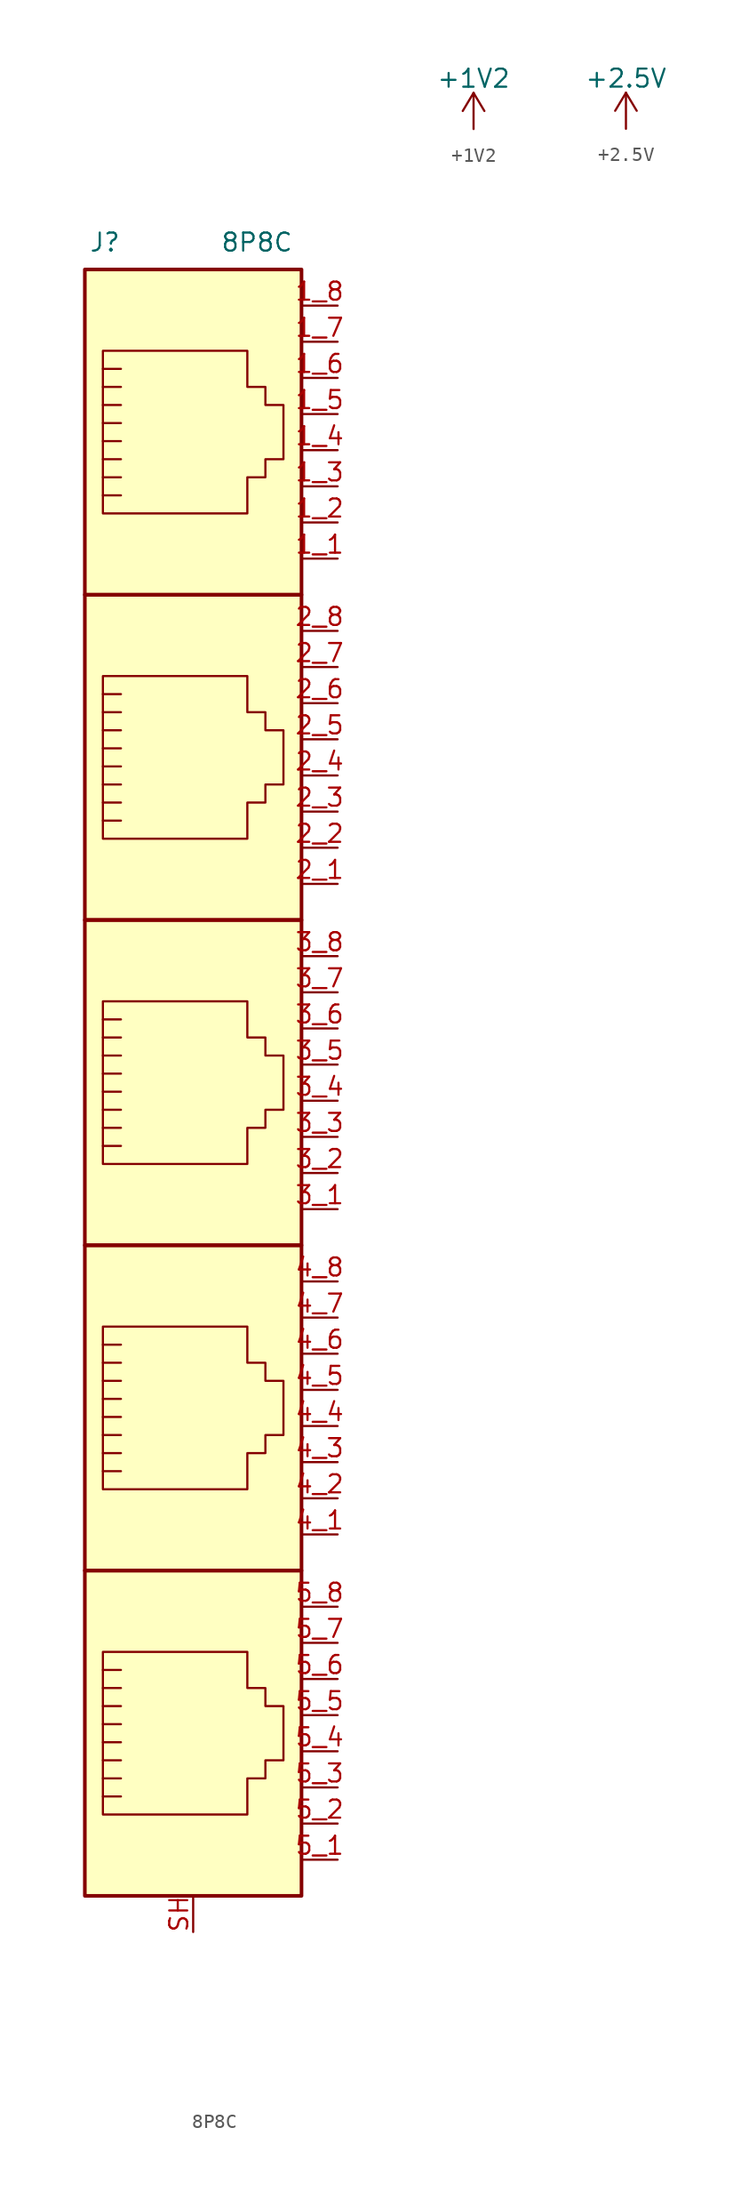
<source format=kicad_sym>
(kicad_symbol_lib
  (version 20211014)
  (generator kicad_symbol_editor)
  (symbol "8P8C"
    (pin_names
      (offset 1.016))
    (property "Reference" "J"
      (at -5.08 60.325 0)
      (effects (font (size 1.27 1.27)) (justify right)))
    (property "Value" "8P8C"
      (at 1.905 60.325 0)
      (effects (font (size 1.27 1.27)) (justify left)))
    (symbol "8P8C_0_1"
      (polyline (pts (xy -5.08 4.445) (xy -6.35 4.445)) (stroke (width 0) (type default) (color 0 0 0 0)) (fill (type none)))
      (polyline (pts (xy -5.08 5.715) (xy -6.35 5.715)) (stroke (width 0) (type default) (color 0 0 0 0)) (fill (type none)))
      (polyline (pts (xy -6.35 -3.175) (xy -5.08 -3.175) (xy -5.08 -3.175)) (stroke (width 0) (type default) (color 0 0 0 0)) (fill (type none)))
      (polyline (pts (xy -6.35 -1.905) (xy -5.08 -1.905) (xy -5.08 -1.905)) (stroke (width 0) (type default) (color 0 0 0 0)) (fill (type none)))
      (polyline (pts (xy -6.35 -0.635) (xy -5.08 -0.635) (xy -5.08 -0.635)) (stroke (width 0) (type default) (color 0 0 0 0)) (fill (type none)))
      (polyline (pts (xy -6.35 0.635) (xy -5.08 0.635) (xy -5.08 0.635)) (stroke (width 0) (type default) (color 0 0 0 0)) (fill (type none)))
      (polyline (pts (xy -6.35 1.905) (xy -5.08 1.905) (xy -5.08 1.905)) (stroke (width 0) (type default) (color 0 0 0 0)) (fill (type none)))
      (polyline (pts (xy -5.08 3.175) (xy -6.35 3.175) (xy -6.35 3.175)) (stroke (width 0) (type default) (color 0 0 0 0)) (fill (type none)))
      (polyline (pts (xy -6.35 -4.445) (xy -6.35 6.985) (xy 3.81 6.985) (xy 3.81 4.445) (xy 5.08 4.445) (xy 5.08 3.175) (xy 6.35 3.175) (xy 6.35 -0.635) (xy 5.08 -0.635) (xy 5.08 -1.905) (xy 3.81 -1.905) (xy 3.81 -4.445) (xy -6.35 -4.445) (xy -6.35 -4.445)) (stroke (width 0) (type default) (color 0 0 0 0)) (fill (type none)))
      (rectangle (start 7.62 12.7) (end -7.62 -10.16) (stroke (width 0.254) (type default) (color 0 0 0 0)) (fill (type background))))
    (symbol "8P8C_1_1"
      (polyline (pts (xy -5.08 -41.275) (xy -6.35 -41.275)) (stroke (width 0) (type default) (color 0 0 0 0)) (fill (type none)))
      (polyline (pts (xy -5.08 -40.005) (xy -6.35 -40.005)) (stroke (width 0) (type default) (color 0 0 0 0)) (fill (type none)))
      (polyline (pts (xy -5.08 -18.415) (xy -6.35 -18.415)) (stroke (width 0) (type default) (color 0 0 0 0)) (fill (type none)))
      (polyline (pts (xy -5.08 -17.145) (xy -6.35 -17.145)) (stroke (width 0) (type default) (color 0 0 0 0)) (fill (type none)))
      (polyline (pts (xy -5.08 27.305) (xy -6.35 27.305)) (stroke (width 0) (type default) (color 0 0 0 0)) (fill (type none)))
      (polyline (pts (xy -5.08 28.575) (xy -6.35 28.575)) (stroke (width 0) (type default) (color 0 0 0 0)) (fill (type none)))
      (polyline (pts (xy -5.08 50.165) (xy -6.35 50.165)) (stroke (width 0) (type default) (color 0 0 0 0)) (fill (type none)))
      (polyline (pts (xy -5.08 51.435) (xy -6.35 51.435)) (stroke (width 0) (type default) (color 0 0 0 0)) (fill (type none)))
      (polyline (pts (xy -6.35 -48.895) (xy -5.08 -48.895) (xy -5.08 -48.895)) (stroke (width 0) (type default) (color 0 0 0 0)) (fill (type none)))
      (polyline (pts (xy -6.35 -47.625) (xy -5.08 -47.625) (xy -5.08 -47.625)) (stroke (width 0) (type default) (color 0 0 0 0)) (fill (type none)))
      (polyline (pts (xy -6.35 -46.355) (xy -5.08 -46.355) (xy -5.08 -46.355)) (stroke (width 0) (type default) (color 0 0 0 0)) (fill (type none)))
      (polyline (pts (xy -6.35 -45.085) (xy -5.08 -45.085) (xy -5.08 -45.085)) (stroke (width 0) (type default) (color 0 0 0 0)) (fill (type none)))
      (polyline (pts (xy -6.35 -43.815) (xy -5.08 -43.815) (xy -5.08 -43.815)) (stroke (width 0) (type default) (color 0 0 0 0)) (fill (type none)))
      (polyline (pts (xy -6.35 -26.035) (xy -5.08 -26.035) (xy -5.08 -26.035)) (stroke (width 0) (type default) (color 0 0 0 0)) (fill (type none)))
      (polyline (pts (xy -6.35 -24.765) (xy -5.08 -24.765) (xy -5.08 -24.765)) (stroke (width 0) (type default) (color 0 0 0 0)) (fill (type none)))
      (polyline (pts (xy -6.35 -23.495) (xy -5.08 -23.495) (xy -5.08 -23.495)) (stroke (width 0) (type default) (color 0 0 0 0)) (fill (type none)))
      (polyline (pts (xy -6.35 -22.225) (xy -5.08 -22.225) (xy -5.08 -22.225)) (stroke (width 0) (type default) (color 0 0 0 0)) (fill (type none)))
      (polyline (pts (xy -6.35 -20.955) (xy -5.08 -20.955) (xy -5.08 -20.955)) (stroke (width 0) (type default) (color 0 0 0 0)) (fill (type none)))
      (polyline (pts (xy -6.35 19.685) (xy -5.08 19.685) (xy -5.08 19.685)) (stroke (width 0) (type default) (color 0 0 0 0)) (fill (type none)))
      (polyline (pts (xy -6.35 20.955) (xy -5.08 20.955) (xy -5.08 20.955)) (stroke (width 0) (type default) (color 0 0 0 0)) (fill (type none)))
      (polyline (pts (xy -6.35 22.225) (xy -5.08 22.225) (xy -5.08 22.225)) (stroke (width 0) (type default) (color 0 0 0 0)) (fill (type none)))
      (polyline (pts (xy -6.35 23.495) (xy -5.08 23.495) (xy -5.08 23.495)) (stroke (width 0) (type default) (color 0 0 0 0)) (fill (type none)))
      (polyline (pts (xy -6.35 24.765) (xy -5.08 24.765) (xy -5.08 24.765)) (stroke (width 0) (type default) (color 0 0 0 0)) (fill (type none)))
      (polyline (pts (xy -6.35 42.545) (xy -5.08 42.545) (xy -5.08 42.545)) (stroke (width 0) (type default) (color 0 0 0 0)) (fill (type none)))
      (polyline (pts (xy -6.35 43.815) (xy -5.08 43.815) (xy -5.08 43.815)) (stroke (width 0) (type default) (color 0 0 0 0)) (fill (type none)))
      (polyline (pts (xy -6.35 45.085) (xy -5.08 45.085) (xy -5.08 45.085)) (stroke (width 0) (type default) (color 0 0 0 0)) (fill (type none)))
      (polyline (pts (xy -6.35 46.355) (xy -5.08 46.355) (xy -5.08 46.355)) (stroke (width 0) (type default) (color 0 0 0 0)) (fill (type none)))
      (polyline (pts (xy -6.35 47.625) (xy -5.08 47.625) (xy -5.08 47.625)) (stroke (width 0) (type default) (color 0 0 0 0)) (fill (type none)))
      (polyline (pts (xy -5.08 -42.545) (xy -6.35 -42.545) (xy -6.35 -42.545)) (stroke (width 0) (type default) (color 0 0 0 0)) (fill (type none)))
      (polyline (pts (xy -5.08 -19.685) (xy -6.35 -19.685) (xy -6.35 -19.685)) (stroke (width 0) (type default) (color 0 0 0 0)) (fill (type none)))
      (polyline (pts (xy -5.08 26.035) (xy -6.35 26.035) (xy -6.35 26.035)) (stroke (width 0) (type default) (color 0 0 0 0)) (fill (type none)))
      (polyline (pts (xy -5.08 48.895) (xy -6.35 48.895) (xy -6.35 48.895)) (stroke (width 0) (type default) (color 0 0 0 0)) (fill (type none)))
      (polyline (pts (xy -6.35 -50.165) (xy -6.35 -38.735) (xy 3.81 -38.735) (xy 3.81 -41.275) (xy 5.08 -41.275) (xy 5.08 -42.545) (xy 6.35 -42.545) (xy 6.35 -46.355) (xy 5.08 -46.355) (xy 5.08 -47.625) (xy 3.81 -47.625) (xy 3.81 -50.165) (xy -6.35 -50.165) (xy -6.35 -50.165)) (stroke (width 0) (type default) (color 0 0 0 0)) (fill (type none)))
      (polyline (pts (xy -6.35 -27.305) (xy -6.35 -15.875) (xy 3.81 -15.875) (xy 3.81 -18.415) (xy 5.08 -18.415) (xy 5.08 -19.685) (xy 6.35 -19.685) (xy 6.35 -23.495) (xy 5.08 -23.495) (xy 5.08 -24.765) (xy 3.81 -24.765) (xy 3.81 -27.305) (xy -6.35 -27.305) (xy -6.35 -27.305)) (stroke (width 0) (type default) (color 0 0 0 0)) (fill (type none)))
      (polyline (pts (xy -6.35 18.415) (xy -6.35 29.845) (xy 3.81 29.845) (xy 3.81 27.305) (xy 5.08 27.305) (xy 5.08 26.035) (xy 6.35 26.035) (xy 6.35 22.225) (xy 5.08 22.225) (xy 5.08 20.955) (xy 3.81 20.955) (xy 3.81 18.415) (xy -6.35 18.415) (xy -6.35 18.415)) (stroke (width 0) (type default) (color 0 0 0 0)) (fill (type none)))
      (polyline (pts (xy -6.35 41.275) (xy -6.35 52.705) (xy 3.81 52.705) (xy 3.81 50.165) (xy 5.08 50.165) (xy 5.08 48.895) (xy 6.35 48.895) (xy 6.35 45.085) (xy 5.08 45.085) (xy 5.08 43.815) (xy 3.81 43.815) (xy 3.81 41.275) (xy -6.35 41.275) (xy -6.35 41.275)) (stroke (width 0) (type default) (color 0 0 0 0)) (fill (type none)))
      (rectangle (start 7.62 -33.02) (end -7.62 -55.88) (stroke (width 0.254) (type default) (color 0 0 0 0)) (fill (type background)))
      (rectangle (start 7.62 -10.16) (end -7.62 -33.02) (stroke (width 0.254) (type default) (color 0 0 0 0)) (fill (type background)))
      (rectangle (start 7.62 35.56) (end -7.62 12.7) (stroke (width 0.254) (type default) (color 0 0 0 0)) (fill (type background)))
      (rectangle (start 7.62 58.42) (end -7.62 35.56) (stroke (width 0.254) (type default) (color 0 0 0 0)) (fill (type background)))
      (pin passive line (at 10.16 38.1 180) (length 2.54) (name "~" (effects (font (size 1.27 1.27)))) (number "1_1" (effects (font (size 1.27 1.27)))))
      (pin passive line (at 10.16 40.64 180) (length 2.54) (name "~" (effects (font (size 1.27 1.27)))) (number "1_2" (effects (font (size 1.27 1.27)))))
      (pin passive line (at 10.16 43.18 180) (length 2.54) (name "~" (effects (font (size 1.27 1.27)))) (number "1_3" (effects (font (size 1.27 1.27)))))
      (pin passive line (at 10.16 45.72 180) (length 2.54) (name "~" (effects (font (size 1.27 1.27)))) (number "1_4" (effects (font (size 1.27 1.27)))))
      (pin passive line (at 10.16 48.26 180) (length 2.54) (name "~" (effects (font (size 1.27 1.27)))) (number "1_5" (effects (font (size 1.27 1.27)))))
      (pin passive line (at 10.16 50.8 180) (length 2.54) (name "~" (effects (font (size 1.27 1.27)))) (number "1_6" (effects (font (size 1.27 1.27)))))
      (pin passive line (at 10.16 53.34 180) (length 2.54) (name "~" (effects (font (size 1.27 1.27)))) (number "1_7" (effects (font (size 1.27 1.27)))))
      (pin passive line (at 10.16 55.88 180) (length 2.54) (name "~" (effects (font (size 1.27 1.27)))) (number "1_8" (effects (font (size 1.27 1.27)))))
      (pin passive line (at 10.16 15.24 180) (length 2.54) (name "~" (effects (font (size 1.27 1.27)))) (number "2_1" (effects (font (size 1.27 1.27)))))
      (pin passive line (at 10.16 17.78 180) (length 2.54) (name "~" (effects (font (size 1.27 1.27)))) (number "2_2" (effects (font (size 1.27 1.27)))))
      (pin passive line (at 10.16 20.32 180) (length 2.54) (name "~" (effects (font (size 1.27 1.27)))) (number "2_3" (effects (font (size 1.27 1.27)))))
      (pin passive line (at 10.16 22.86 180) (length 2.54) (name "~" (effects (font (size 1.27 1.27)))) (number "2_4" (effects (font (size 1.27 1.27)))))
      (pin passive line (at 10.16 25.4 180) (length 2.54) (name "~" (effects (font (size 1.27 1.27)))) (number "2_5" (effects (font (size 1.27 1.27)))))
      (pin passive line (at 10.16 27.94 180) (length 2.54) (name "~" (effects (font (size 1.27 1.27)))) (number "2_6" (effects (font (size 1.27 1.27)))))
      (pin passive line (at 10.16 30.48 180) (length 2.54) (name "~" (effects (font (size 1.27 1.27)))) (number "2_7" (effects (font (size 1.27 1.27)))))
      (pin passive line (at 10.16 33.02 180) (length 2.54) (name "~" (effects (font (size 1.27 1.27)))) (number "2_8" (effects (font (size 1.27 1.27)))))
      (pin passive line (at 10.16 -7.62 180) (length 2.54) (name "~" (effects (font (size 1.27 1.27)))) (number "3_1" (effects (font (size 1.27 1.27)))))
      (pin passive line (at 10.16 -5.08 180) (length 2.54) (name "~" (effects (font (size 1.27 1.27)))) (number "3_2" (effects (font (size 1.27 1.27)))))
      (pin passive line (at 10.16 -2.54 180) (length 2.54) (name "~" (effects (font (size 1.27 1.27)))) (number "3_3" (effects (font (size 1.27 1.27)))))
      (pin passive line (at 10.16 0 180) (length 2.54) (name "~" (effects (font (size 1.27 1.27)))) (number "3_4" (effects (font (size 1.27 1.27)))))
      (pin passive line (at 10.16 2.54 180) (length 2.54) (name "~" (effects (font (size 1.27 1.27)))) (number "3_5" (effects (font (size 1.27 1.27)))))
      (pin passive line (at 10.16 5.08 180) (length 2.54) (name "~" (effects (font (size 1.27 1.27)))) (number "3_6" (effects (font (size 1.27 1.27)))))
      (pin passive line (at 10.16 7.62 180) (length 2.54) (name "~" (effects (font (size 1.27 1.27)))) (number "3_7" (effects (font (size 1.27 1.27)))))
      (pin passive line (at 10.16 10.16 180) (length 2.54) (name "~" (effects (font (size 1.27 1.27)))) (number "3_8" (effects (font (size 1.27 1.27)))))
      (pin passive line (at 10.16 -30.48 180) (length 2.54) (name "~" (effects (font (size 1.27 1.27)))) (number "4_1" (effects (font (size 1.27 1.27)))))
      (pin passive line (at 10.16 -27.94 180) (length 2.54) (name "~" (effects (font (size 1.27 1.27)))) (number "4_2" (effects (font (size 1.27 1.27)))))
      (pin passive line (at 10.16 -25.4 180) (length 2.54) (name "~" (effects (font (size 1.27 1.27)))) (number "4_3" (effects (font (size 1.27 1.27)))))
      (pin passive line (at 10.16 -22.86 180) (length 2.54) (name "~" (effects (font (size 1.27 1.27)))) (number "4_4" (effects (font (size 1.27 1.27)))))
      (pin passive line (at 10.16 -20.32 180) (length 2.54) (name "~" (effects (font (size 1.27 1.27)))) (number "4_5" (effects (font (size 1.27 1.27)))))
      (pin passive line (at 10.16 -17.78 180) (length 2.54) (name "~" (effects (font (size 1.27 1.27)))) (number "4_6" (effects (font (size 1.27 1.27)))))
      (pin passive line (at 10.16 -15.24 180) (length 2.54) (name "~" (effects (font (size 1.27 1.27)))) (number "4_7" (effects (font (size 1.27 1.27)))))
      (pin passive line (at 10.16 -12.7 180) (length 2.54) (name "~" (effects (font (size 1.27 1.27)))) (number "4_8" (effects (font (size 1.27 1.27)))))
      (pin passive line (at 10.16 -53.34 180) (length 2.54) (name "~" (effects (font (size 1.27 1.27)))) (number "5_1" (effects (font (size 1.27 1.27)))))
      (pin passive line (at 10.16 -50.8 180) (length 2.54) (name "~" (effects (font (size 1.27 1.27)))) (number "5_2" (effects (font (size 1.27 1.27)))))
      (pin passive line (at 10.16 -48.26 180) (length 2.54) (name "~" (effects (font (size 1.27 1.27)))) (number "5_3" (effects (font (size 1.27 1.27)))))
      (pin passive line (at 10.16 -45.72 180) (length 2.54) (name "~" (effects (font (size 1.27 1.27)))) (number "5_4" (effects (font (size 1.27 1.27)))))
      (pin passive line (at 10.16 -43.18 180) (length 2.54) (name "~" (effects (font (size 1.27 1.27)))) (number "5_5" (effects (font (size 1.27 1.27)))))
      (pin passive line (at 10.16 -40.64 180) (length 2.54) (name "~" (effects (font (size 1.27 1.27)))) (number "5_6" (effects (font (size 1.27 1.27)))))
      (pin passive line (at 10.16 -38.1 180) (length 2.54) (name "~" (effects (font (size 1.27 1.27)))) (number "5_7" (effects (font (size 1.27 1.27)))))
      (pin passive line (at 10.16 -35.56 180) (length 2.54) (name "~" (effects (font (size 1.27 1.27)))) (number "5_8" (effects (font (size 1.27 1.27)))))
      (pin passive line (at 0 -58.42 90) (length 2.54) (name "~" (effects (font (size 1.27 1.27)))) (number "SH" (effects (font (size 1.27 1.27)))))))
  (symbol "+1V2"
    (power)
    (pin_names
      (offset 0))
    (property "Reference" "#PWR"
      (at 0 -3.81 0)
      (effects (font (size 1.27 1.27)) hide))
    (property "Value" "+1V2"
      (at 0 3.556 0)
      (effects (font (size 1.27 1.27))))
    (property "Footprint" ""
      (at 0 0 0)
      (effects (font (size 1.524 1.524))))
    (property "Datasheet" ""
      (at 0 0 0)
      (effects (font (size 1.524 1.524))))
    (symbol "+1V2_0_1"
      (polyline (pts (xy -0.762 1.27) (xy 0 2.54)) (stroke (width 0) (type default) (color 0 0 0 0)) (fill (type none)))
      (polyline (pts (xy 0 0) (xy 0 2.54)) (stroke (width 0) (type default) (color 0 0 0 0)) (fill (type none)))
      (polyline (pts (xy 0 2.54) (xy 0.762 1.27)) (stroke (width 0) (type default) (color 0 0 0 0)) (fill (type none))))
    (symbol "+1V2_1_1"
      (pin power_in line (at 0 0 90) (length 0) hide (name "+1V2" (effects (font (size 1.27 1.27)))) (number "1" (effects (font (size 1.27 1.27)))))))
  (symbol "+2.5V"
    (power)
    (pin_names
      (offset 0))
    (property "Reference" "#PWR"
      (at 0 -3.81 0)
      (effects (font (size 1.27 1.27)) hide))
    (property "Value" "+2.5V"
      (at 0 3.556 0)
      (effects (font (size 1.27 1.27))))
    (property "Footprint" ""
      (at 0 0 0)
      (effects (font (size 1.524 1.524))))
    (property "Datasheet" ""
      (at 0 0 0)
      (effects (font (size 1.524 1.524))))
    (symbol "+2.5V_0_1"
      (polyline (pts (xy -0.762 1.27) (xy 0 2.54)) (stroke (width 0) (type default) (color 0 0 0 0)) (fill (type none)))
      (polyline (pts (xy 0 0) (xy 0 2.54)) (stroke (width 0) (type default) (color 0 0 0 0)) (fill (type none)))
      (polyline (pts (xy 0 2.54) (xy 0.762 1.27)) (stroke (width 0) (type default) (color 0 0 0 0)) (fill (type none))))
    (symbol "+2.5V_1_1"
      (pin power_in line (at 0 0 90) (length 0) hide (name "+2.5V" (effects (font (size 1.27 1.27)))) (number "1" (effects (font (size 1.27 1.27))))))))
</source>
